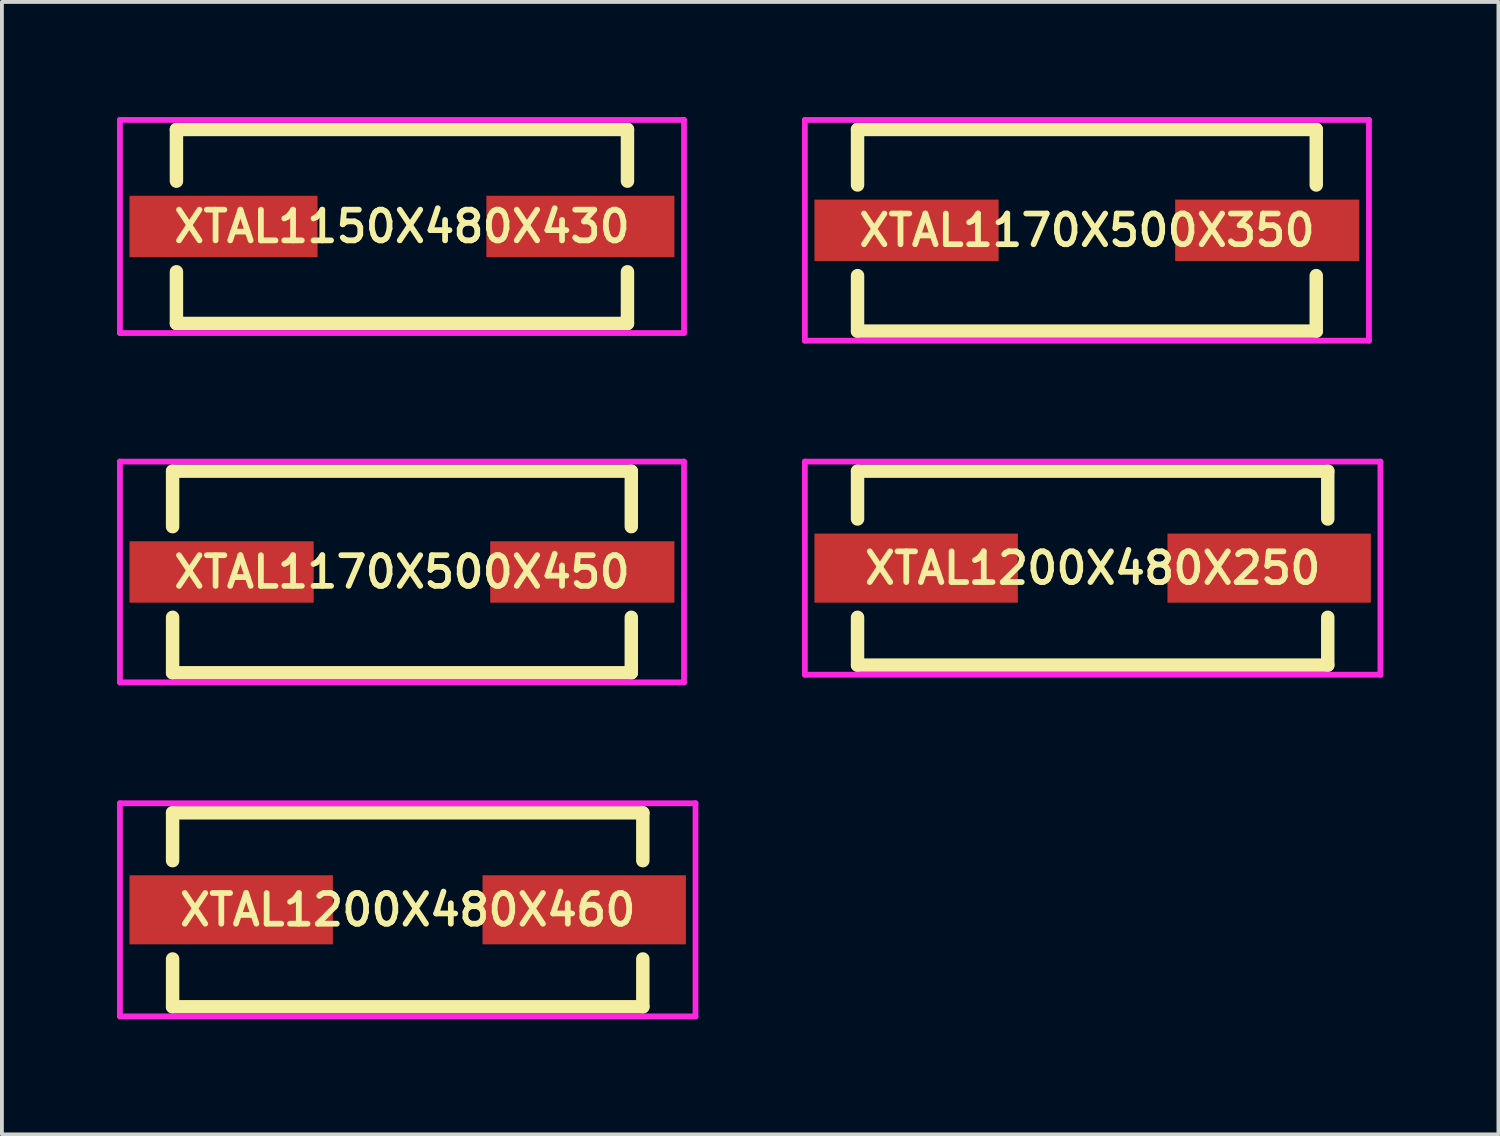
<source format=kicad_pcb>
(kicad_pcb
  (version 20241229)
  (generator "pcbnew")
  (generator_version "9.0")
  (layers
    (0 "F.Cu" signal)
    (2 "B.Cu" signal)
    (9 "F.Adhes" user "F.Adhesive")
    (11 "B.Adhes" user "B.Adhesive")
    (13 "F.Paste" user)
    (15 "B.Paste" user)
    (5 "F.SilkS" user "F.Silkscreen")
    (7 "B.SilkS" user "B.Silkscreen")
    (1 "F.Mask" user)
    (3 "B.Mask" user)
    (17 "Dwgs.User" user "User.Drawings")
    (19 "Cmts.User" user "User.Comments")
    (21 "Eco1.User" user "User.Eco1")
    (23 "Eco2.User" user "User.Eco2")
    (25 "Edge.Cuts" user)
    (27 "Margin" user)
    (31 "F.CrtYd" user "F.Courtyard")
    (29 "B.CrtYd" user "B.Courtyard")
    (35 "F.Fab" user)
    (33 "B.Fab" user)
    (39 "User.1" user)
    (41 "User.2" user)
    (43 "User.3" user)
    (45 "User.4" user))
  (footprint "XTAL1200X480X460"
    (layer "F.Cu")
    (at 7.575 20.66)
    (property "Reference" "XTAL1200X480X460" (at 0 0 0) (layer "F.SilkS") (effects (font (size 0.8 0.8) (thickness 0.15))))
    (attr smd)
    (fp_line (start -6.127 -2.527) (end 6.127 -2.527) (stroke (width 0.35) (type solid)) (layer "F.SilkS"))
    (fp_line (start -6.127 -1.281) (end -6.127 -2.527) (stroke (width 0.35) (type solid)) (layer "F.SilkS"))
    (fp_line (start -6.127 1.281) (end -6.127 2.527) (stroke (width 0.35) (type solid)) (layer "F.SilkS"))
    (fp_line (start -6.127 2.527) (end 6.127 2.527) (stroke (width 0.35) (type solid)) (layer "F.SilkS"))
    (fp_line (start 6.127 -2.527) (end 6.127 -1.281) (stroke (width 0.35) (type solid)) (layer "F.SilkS"))
    (fp_line (start 6.127 2.527) (end 6.127 1.281) (stroke (width 0.35) (type solid)) (layer "F.SilkS"))
    (fp_line (start -7.5 -2.777) (end 7.5 -2.777) (stroke (width 0.15) (type solid)) (layer "F.CrtYd"))
    (fp_line (start -7.5 2.777) (end -7.5 -2.777) (stroke (width 0.15) (type solid)) (layer "F.CrtYd"))
    (fp_line (start 7.5 -2.777) (end 7.5 2.777) (stroke (width 0.15) (type solid)) (layer "F.CrtYd"))
    (fp_line (start 7.5 2.777) (end -7.5 2.777) (stroke (width 0.15) (type solid)) (layer "F.CrtYd"))
    (pad "1" smd rect (at -4.6 0) (size 5.3 1.8) (layers "F.Cu" "F.Mask" "F.Paste"))
    (pad "2" smd rect (at 4.6 0) (size 5.3 1.8) (layers "F.Cu" "F.Mask" "F.Paste")))
  (footprint "XTAL1170X500X350"
    (layer "F.Cu")
    (at 25.275 2.952)
    (property "Reference" "XTAL1170X500X350" (at 0 0 0) (layer "F.SilkS") (effects (font (size 0.8 0.8) (thickness 0.15))))
    (attr smd)
    (fp_line (start -5.977 -2.627) (end 5.977 -2.627) (stroke (width 0.35) (type solid)) (layer "F.SilkS"))
    (fp_line (start -5.977 -1.181) (end -5.977 -2.627) (stroke (width 0.35) (type solid)) (layer "F.SilkS"))
    (fp_line (start -5.977 1.181) (end -5.977 2.627) (stroke (width 0.35) (type solid)) (layer "F.SilkS"))
    (fp_line (start -5.977 2.627) (end 5.977 2.627) (stroke (width 0.35) (type solid)) (layer "F.SilkS"))
    (fp_line (start 5.977 -2.627) (end 5.977 -1.181) (stroke (width 0.35) (type solid)) (layer "F.SilkS"))
    (fp_line (start 5.977 2.627) (end 5.977 1.181) (stroke (width 0.35) (type solid)) (layer "F.SilkS"))
    (fp_line (start -7.35 -2.877) (end 7.35 -2.877) (stroke (width 0.15) (type solid)) (layer "F.CrtYd"))
    (fp_line (start -7.35 2.877) (end -7.35 -2.877) (stroke (width 0.15) (type solid)) (layer "F.CrtYd"))
    (fp_line (start 7.35 -2.877) (end 7.35 2.877) (stroke (width 0.15) (type solid)) (layer "F.CrtYd"))
    (fp_line (start 7.35 2.877) (end -7.35 2.877) (stroke (width 0.15) (type solid)) (layer "F.CrtYd"))
    (pad "1" smd rect (at -4.7 0) (size 4.8 1.6) (layers "F.Cu" "F.Mask" "F.Paste"))
    (pad "2" smd rect (at 4.7 0) (size 4.8 1.6) (layers "F.Cu" "F.Mask" "F.Paste")))
  (footprint "XTAL1150X480X430"
    (layer "F.Cu")
    (at 7.425 2.852)
    (property "Reference" "XTAL1150X480X430" (at 0 0 0) (layer "F.SilkS") (effects (font (size 0.8 0.8) (thickness 0.15))))
    (attr smd)
    (fp_line (start -5.877 -2.527) (end 5.877 -2.527) (stroke (width 0.35) (type solid)) (layer "F.SilkS"))
    (fp_line (start -5.877 -1.181) (end -5.877 -2.527) (stroke (width 0.35) (type solid)) (layer "F.SilkS"))
    (fp_line (start -5.877 1.181) (end -5.877 2.527) (stroke (width 0.35) (type solid)) (layer "F.SilkS"))
    (fp_line (start -5.877 2.527) (end 5.877 2.527) (stroke (width 0.35) (type solid)) (layer "F.SilkS"))
    (fp_line (start 5.877 -2.527) (end 5.877 -1.181) (stroke (width 0.35) (type solid)) (layer "F.SilkS"))
    (fp_line (start 5.877 2.527) (end 5.877 1.181) (stroke (width 0.35) (type solid)) (layer "F.SilkS"))
    (fp_line (start -7.35 -2.777) (end 7.35 -2.777) (stroke (width 0.15) (type solid)) (layer "F.CrtYd"))
    (fp_line (start -7.35 2.777) (end -7.35 -2.777) (stroke (width 0.15) (type solid)) (layer "F.CrtYd"))
    (fp_line (start 7.35 -2.777) (end 7.35 2.777) (stroke (width 0.15) (type solid)) (layer "F.CrtYd"))
    (fp_line (start 7.35 2.777) (end -7.35 2.777) (stroke (width 0.15) (type solid)) (layer "F.CrtYd"))
    (pad "1" smd rect (at -4.65 0) (size 4.9 1.6) (layers "F.Cu" "F.Mask" "F.Paste"))
    (pad "2" smd rect (at 4.65 0) (size 4.9 1.6) (layers "F.Cu" "F.Mask" "F.Paste")))
  (footprint "XTAL1200X480X250"
    (layer "F.Cu")
    (at 25.425 11.756)
    (property "Reference" "XTAL1200X480X250" (at 0 0 0) (layer "F.SilkS") (effects (font (size 0.8 0.8) (thickness 0.15))))
    (attr smd)
    (fp_line (start -6.127 -2.527) (end 6.127 -2.527) (stroke (width 0.35) (type solid)) (layer "F.SilkS"))
    (fp_line (start -6.127 -1.281) (end -6.127 -2.527) (stroke (width 0.35) (type solid)) (layer "F.SilkS"))
    (fp_line (start -6.127 1.281) (end -6.127 2.527) (stroke (width 0.35) (type solid)) (layer "F.SilkS"))
    (fp_line (start -6.127 2.527) (end 6.127 2.527) (stroke (width 0.35) (type solid)) (layer "F.SilkS"))
    (fp_line (start 6.127 -2.527) (end 6.127 -1.281) (stroke (width 0.35) (type solid)) (layer "F.SilkS"))
    (fp_line (start 6.127 2.527) (end 6.127 1.281) (stroke (width 0.35) (type solid)) (layer "F.SilkS"))
    (fp_line (start -7.5 -2.777) (end 7.5 -2.777) (stroke (width 0.15) (type solid)) (layer "F.CrtYd"))
    (fp_line (start -7.5 2.777) (end -7.5 -2.777) (stroke (width 0.15) (type solid)) (layer "F.CrtYd"))
    (fp_line (start 7.5 -2.777) (end 7.5 2.777) (stroke (width 0.15) (type solid)) (layer "F.CrtYd"))
    (fp_line (start 7.5 2.777) (end -7.5 2.777) (stroke (width 0.15) (type solid)) (layer "F.CrtYd"))
    (pad "1" smd rect (at -4.6 0) (size 5.3 1.8) (layers "F.Cu" "F.Mask" "F.Paste"))
    (pad "2" smd rect (at 4.6 0) (size 5.3 1.8) (layers "F.Cu" "F.Mask" "F.Paste")))
  (footprint "XTAL1170X500X450"
    (layer "F.Cu")
    (at 7.425 11.856)
    (property "Reference" "XTAL1170X500X450" (at 0 0 0) (layer "F.SilkS") (effects (font (size 0.8 0.8) (thickness 0.15))))
    (attr smd)
    (fp_line (start -5.977 -2.627) (end 5.977 -2.627) (stroke (width 0.35) (type solid)) (layer "F.SilkS"))
    (fp_line (start -5.977 -1.181) (end -5.977 -2.627) (stroke (width 0.35) (type solid)) (layer "F.SilkS"))
    (fp_line (start -5.977 1.181) (end -5.977 2.627) (stroke (width 0.35) (type solid)) (layer "F.SilkS"))
    (fp_line (start -5.977 2.627) (end 5.977 2.627) (stroke (width 0.35) (type solid)) (layer "F.SilkS"))
    (fp_line (start 5.977 -2.627) (end 5.977 -1.181) (stroke (width 0.35) (type solid)) (layer "F.SilkS"))
    (fp_line (start 5.977 2.627) (end 5.977 1.181) (stroke (width 0.35) (type solid)) (layer "F.SilkS"))
    (fp_line (start -7.35 -2.877) (end 7.35 -2.877) (stroke (width 0.15) (type solid)) (layer "F.CrtYd"))
    (fp_line (start -7.35 2.877) (end -7.35 -2.877) (stroke (width 0.15) (type solid)) (layer "F.CrtYd"))
    (fp_line (start 7.35 -2.877) (end 7.35 2.877) (stroke (width 0.15) (type solid)) (layer "F.CrtYd"))
    (fp_line (start 7.35 2.877) (end -7.35 2.877) (stroke (width 0.15) (type solid)) (layer "F.CrtYd"))
    (pad "1" smd rect (at -4.7 0) (size 4.8 1.6) (layers "F.Cu" "F.Mask" "F.Paste"))
    (pad "2" smd rect (at 4.7 0) (size 4.8 1.6) (layers "F.Cu" "F.Mask" "F.Paste")))
  (gr_rect
    (start -3 -3)
    (end 36 26.512)
    (stroke (width 0.1) (type default))
    (fill no)
    (layer "Edge.Cuts")))
</source>
